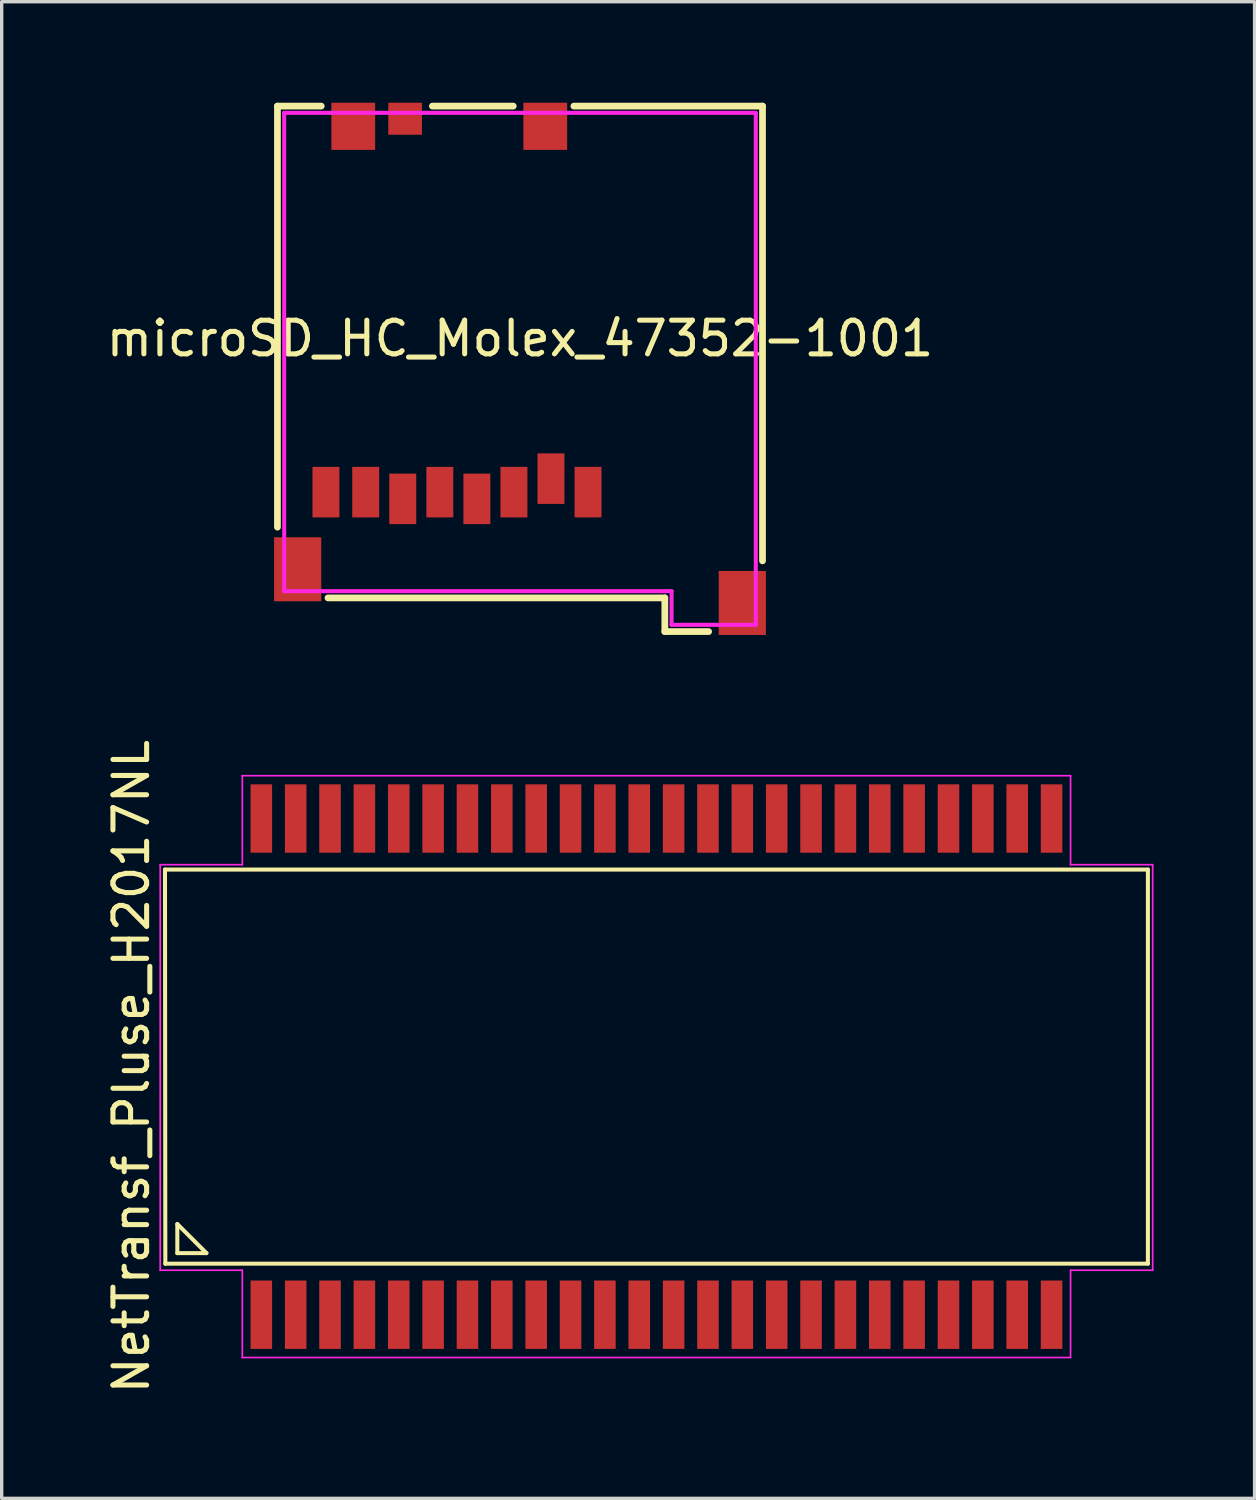
<source format=kicad_pcb>
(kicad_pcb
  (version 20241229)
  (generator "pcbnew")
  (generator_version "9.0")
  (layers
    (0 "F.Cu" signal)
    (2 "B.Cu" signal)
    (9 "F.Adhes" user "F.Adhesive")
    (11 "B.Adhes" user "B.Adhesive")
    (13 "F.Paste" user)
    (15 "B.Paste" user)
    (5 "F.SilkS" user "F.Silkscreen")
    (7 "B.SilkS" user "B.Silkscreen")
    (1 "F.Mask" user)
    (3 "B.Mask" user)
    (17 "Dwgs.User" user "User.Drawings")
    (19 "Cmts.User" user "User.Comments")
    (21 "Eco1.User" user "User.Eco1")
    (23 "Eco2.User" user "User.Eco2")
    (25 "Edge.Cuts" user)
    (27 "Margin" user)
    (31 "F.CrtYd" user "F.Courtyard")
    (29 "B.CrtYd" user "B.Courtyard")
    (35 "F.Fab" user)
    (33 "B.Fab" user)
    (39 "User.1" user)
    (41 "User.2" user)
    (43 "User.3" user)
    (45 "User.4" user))
  (footprint "microSD_HC_Molex_47352-1001"
    (layer "F.Cu")
    (at 19.387 15.5)
    (property "Reference" "microSD_HC_Molex_47352-1001" (at -7 -8.5 0) (layer "F.SilkS") (effects (font (size 1 1) (thickness 0.15))))
    (attr smd)
    (fp_line (start -14.2 -15.4) (end -12.9 -15.4) (stroke (width 0.2) (type solid)) (layer "F.SilkS"))
    (fp_line (start -14.2 -2.9) (end -14.2 -15.4) (stroke (width 0.2) (type solid)) (layer "F.SilkS"))
    (fp_line (start -9.6 -15.4) (end -7.2 -15.4) (stroke (width 0.2) (type solid)) (layer "F.SilkS"))
    (fp_line (start -5.4 -15.4) (end 0.2 -15.4) (stroke (width 0.2) (type solid)) (layer "F.SilkS"))
    (fp_line (start -2.7 -0.8) (end -12.7 -0.8) (stroke (width 0.2) (type solid)) (layer "F.SilkS"))
    (fp_line (start -2.7 0.2) (end -2.7 -0.8) (stroke (width 0.2) (type solid)) (layer "F.SilkS"))
    (fp_line (start -1.4 0.2) (end -2.7 0.2) (stroke (width 0.2) (type solid)) (layer "F.SilkS"))
    (fp_line (start 0.2 -15.4) (end 0.2 -1.9) (stroke (width 0.2) (type solid)) (layer "F.SilkS"))
    (fp_line (start -14 -1) (end -14 -15.2) (stroke (width 0.12) (type solid)) (layer "F.CrtYd"))
    (fp_line (start -2.5 -1) (end -14 -1) (stroke (width 0.12) (type solid)) (layer "F.CrtYd"))
    (fp_line (start -2.5 0) (end -2.5 -1) (stroke (width 0.12) (type solid)) (layer "F.CrtYd"))
    (fp_line (start 0 -15.2) (end -14 -15.2) (stroke (width 0.12) (type solid)) (layer "F.CrtYd"))
    (fp_line (start 0 0) (end -2.5 0) (stroke (width 0.12) (type solid)) (layer "F.CrtYd"))
    (fp_line (start 0 0) (end 0 -15.2) (stroke (width 0.12) (type solid)) (layer "F.CrtYd"))
    (pad "1" smd rect (at -4.98 -3.94) (size 0.8 1.5) (layers "F.Cu" "F.Mask" "F.Paste"))
    (pad "2" smd rect (at -6.08 -4.34) (size 0.8 1.5) (layers "F.Cu" "F.Mask" "F.Paste"))
    (pad "3" smd rect (at -7.18 -3.94) (size 0.8 1.5) (layers "F.Cu" "F.Mask" "F.Paste"))
    (pad "4" smd rect (at -8.28 -3.74) (size 0.8 1.5) (layers "F.Cu" "F.Mask" "F.Paste"))
    (pad "5" smd rect (at -9.38 -3.94) (size 0.8 1.5) (layers "F.Cu" "F.Mask" "F.Paste"))
    (pad "6" smd rect (at -10.48 -3.74) (size 0.8 1.5) (layers "F.Cu" "F.Mask" "F.Paste"))
    (pad "7" smd rect (at -11.58 -3.94) (size 0.8 1.5) (layers "F.Cu" "F.Mask" "F.Paste"))
    (pad "8" smd rect (at -12.76 -3.94) (size 0.8 1.5) (layers "F.Cu" "F.Mask" "F.Paste"))
    (pad "9" smd rect (at -10.41 -15.025) (size 1 0.95) (layers "F.Cu" "F.Mask" "F.Paste"))
    (pad "MP" smd rect (at -13.6 -1.65) (size 1.4 1.9) (layers "F.Cu" "F.Mask" "F.Paste"))
    (pad "MP" smd rect (at -11.95 -14.8) (size 1.3 1.4) (layers "F.Cu" "F.Mask" "F.Paste"))
    (pad "MP" smd rect (at -6.25 -14.8) (size 1.3 1.4) (layers "F.Cu" "F.Mask" "F.Paste"))
    (pad "MP" smd rect (at -0.4 -0.65) (size 1.4 1.9) (layers "F.Cu" "F.Mask" "F.Paste")))
  (footprint "NetTransf_Pluse_H2017NL"
    (layer "F.Cu")
    (at 16.438 28.615)
    (property "Reference" "NetTransf_Pluse_H2017NL" (at -15.59 0 90) (layer "F.SilkS") (effects (font (size 1 1) (thickness 0.15))))
    (attr smd)
    (fp_line (start -14.59 -5.85) (end 14.59 -5.85) (stroke (width 0.12) (type solid)) (layer "F.SilkS"))
    (fp_line (start -14.58 5.85) (end -14.59 -5.85) (stroke (width 0.12) (type solid)) (layer "F.SilkS"))
    (fp_line (start -14.224 4.674) (end -14.224 5.537) (stroke (width 0.12) (type solid)) (layer "F.SilkS"))
    (fp_line (start -14.224 5.537) (end -13.36 5.537) (stroke (width 0.12) (type solid)) (layer "F.SilkS"))
    (fp_line (start -13.36 5.537) (end -14.224 4.674) (stroke (width 0.12) (type solid)) (layer "F.SilkS"))
    (fp_line (start 14.59 -5.85) (end 14.59 5.85) (stroke (width 0.12) (type solid)) (layer "F.SilkS"))
    (fp_line (start 14.59 5.85) (end -14.58 5.85) (stroke (width 0.12) (type solid)) (layer "F.SilkS"))
    (fp_line (start -14.732 -5.994) (end -14.732 6.045) (stroke (width 0.05) (type solid)) (layer "F.CrtYd"))
    (fp_line (start -14.732 6.045) (end -12.294 6.045) (stroke (width 0.05) (type solid)) (layer "F.CrtYd"))
    (fp_line (start -12.294 -8.636) (end 12.294 -8.636) (stroke (width 0.05) (type solid)) (layer "F.CrtYd"))
    (fp_line (start -12.294 -5.994) (end -14.732 -5.994) (stroke (width 0.05) (type solid)) (layer "F.CrtYd"))
    (fp_line (start -12.294 -5.994) (end -12.294 -8.636) (stroke (width 0.05) (type solid)) (layer "F.CrtYd"))
    (fp_line (start -12.294 6.045) (end -12.294 8.636) (stroke (width 0.05) (type solid)) (layer "F.CrtYd"))
    (fp_line (start -12.294 8.636) (end 12.294 8.636) (stroke (width 0.05) (type solid)) (layer "F.CrtYd"))
    (fp_line (start 12.294 -8.636) (end 12.294 -5.994) (stroke (width 0.05) (type solid)) (layer "F.CrtYd"))
    (fp_line (start 12.294 -5.994) (end 14.732 -5.994) (stroke (width 0.05) (type solid)) (layer "F.CrtYd"))
    (fp_line (start 12.294 6.045) (end 14.732 6.045) (stroke (width 0.05) (type solid)) (layer "F.CrtYd"))
    (fp_line (start 12.294 8.636) (end 12.294 6.045) (stroke (width 0.05) (type solid)) (layer "F.CrtYd"))
    (fp_line (start 14.732 -5.994) (end 14.732 6.045) (stroke (width 0.05) (type solid)) (layer "F.CrtYd"))
    (pad "1" smd rect (at -11.73 7.365) (size 0.64 2.03) (layers "F.Cu" "F.Mask" "F.Paste"))
    (pad "2" smd rect (at -10.71 7.365) (size 0.64 2.03) (layers "F.Cu" "F.Mask" "F.Paste"))
    (pad "3" smd rect (at -9.69 7.365) (size 0.64 2.03) (layers "F.Cu" "F.Mask" "F.Paste"))
    (pad "4" smd rect (at -8.67 7.365) (size 0.64 2.03) (layers "F.Cu" "F.Mask" "F.Paste"))
    (pad "5" smd rect (at -7.65 7.365) (size 0.64 2.03) (layers "F.Cu" "F.Mask" "F.Paste"))
    (pad "6" smd rect (at -6.63 7.365) (size 0.64 2.03) (layers "F.Cu" "F.Mask" "F.Paste"))
    (pad "7" smd rect (at -5.61 7.365) (size 0.64 2.03) (layers "F.Cu" "F.Mask" "F.Paste"))
    (pad "8" smd rect (at -4.59 7.365) (size 0.64 2.03) (layers "F.Cu" "F.Mask" "F.Paste"))
    (pad "9" smd rect (at -3.57 7.365) (size 0.64 2.03) (layers "F.Cu" "F.Mask" "F.Paste"))
    (pad "10" smd rect (at -2.55 7.365) (size 0.64 2.03) (layers "F.Cu" "F.Mask" "F.Paste"))
    (pad "11" smd rect (at -1.53 7.365) (size 0.64 2.03) (layers "F.Cu" "F.Mask" "F.Paste"))
    (pad "12" smd rect (at -0.51 7.365) (size 0.64 2.03) (layers "F.Cu" "F.Mask" "F.Paste"))
    (pad "13" smd rect (at 0.51 7.365) (size 0.64 2.03) (layers "F.Cu" "F.Mask" "F.Paste"))
    (pad "14" smd rect (at 1.53 7.365) (size 0.64 2.03) (layers "F.Cu" "F.Mask" "F.Paste"))
    (pad "15" smd rect (at 2.55 7.365) (size 0.64 2.03) (layers "F.Cu" "F.Mask" "F.Paste"))
    (pad "16" smd rect (at 3.57 7.365) (size 0.64 2.03) (layers "F.Cu" "F.Mask" "F.Paste"))
    (pad "17" smd rect (at 4.59 7.365) (size 0.64 2.03) (layers "F.Cu" "F.Mask" "F.Paste"))
    (pad "18" smd rect (at 5.61 7.365) (size 0.64 2.03) (layers "F.Cu" "F.Mask" "F.Paste"))
    (pad "19" smd rect (at 6.63 7.365) (size 0.64 2.03) (layers "F.Cu" "F.Mask" "F.Paste"))
    (pad "20" smd rect (at 7.65 7.365) (size 0.64 2.03) (layers "F.Cu" "F.Mask" "F.Paste"))
    (pad "21" smd rect (at 8.67 7.365) (size 0.64 2.03) (layers "F.Cu" "F.Mask" "F.Paste"))
    (pad "22" smd rect (at 9.69 7.365) (size 0.64 2.03) (layers "F.Cu" "F.Mask" "F.Paste"))
    (pad "23" smd rect (at 10.71 7.365) (size 0.64 2.03) (layers "F.Cu" "F.Mask" "F.Paste"))
    (pad "24" smd rect (at 11.73 7.365) (size 0.64 2.03) (layers "F.Cu" "F.Mask" "F.Paste"))
    (pad "25" smd rect (at 11.73 -7.365) (size 0.64 2.03) (layers "F.Cu" "F.Mask" "F.Paste"))
    (pad "26" smd rect (at 10.71 -7.365) (size 0.64 2.03) (layers "F.Cu" "F.Mask" "F.Paste"))
    (pad "27" smd rect (at 9.69 -7.365) (size 0.64 2.03) (layers "F.Cu" "F.Mask" "F.Paste"))
    (pad "28" smd rect (at 8.67 -7.365) (size 0.64 2.03) (layers "F.Cu" "F.Mask" "F.Paste"))
    (pad "29" smd rect (at 7.65 -7.365) (size 0.64 2.03) (layers "F.Cu" "F.Mask" "F.Paste"))
    (pad "30" smd rect (at 6.63 -7.365) (size 0.64 2.03) (layers "F.Cu" "F.Mask" "F.Paste"))
    (pad "31" smd rect (at 5.61 -7.365) (size 0.64 2.03) (layers "F.Cu" "F.Mask" "F.Paste"))
    (pad "32" smd rect (at 4.59 -7.365) (size 0.64 2.03) (layers "F.Cu" "F.Mask" "F.Paste"))
    (pad "33" smd rect (at 3.57 -7.365) (size 0.64 2.03) (layers "F.Cu" "F.Mask" "F.Paste"))
    (pad "34" smd rect (at 2.55 -7.365) (size 0.64 2.03) (layers "F.Cu" "F.Mask" "F.Paste"))
    (pad "35" smd rect (at 1.53 -7.365) (size 0.64 2.03) (layers "F.Cu" "F.Mask" "F.Paste"))
    (pad "36" smd rect (at 0.51 -7.365) (size 0.64 2.03) (layers "F.Cu" "F.Mask" "F.Paste"))
    (pad "37" smd rect (at -0.51 -7.365) (size 0.64 2.03) (layers "F.Cu" "F.Mask" "F.Paste"))
    (pad "38" smd rect (at -1.53 -7.365) (size 0.64 2.03) (layers "F.Cu" "F.Mask" "F.Paste"))
    (pad "39" smd rect (at -2.55 -7.365) (size 0.64 2.03) (layers "F.Cu" "F.Mask" "F.Paste"))
    (pad "40" smd rect (at -3.57 -7.365) (size 0.64 2.03) (layers "F.Cu" "F.Mask" "F.Paste"))
    (pad "41" smd rect (at -4.59 -7.365) (size 0.64 2.03) (layers "F.Cu" "F.Mask" "F.Paste"))
    (pad "42" smd rect (at -5.61 -7.365) (size 0.64 2.03) (layers "F.Cu" "F.Mask" "F.Paste"))
    (pad "43" smd rect (at -6.63 -7.365) (size 0.64 2.03) (layers "F.Cu" "F.Mask" "F.Paste"))
    (pad "44" smd rect (at -7.65 -7.365) (size 0.64 2.03) (layers "F.Cu" "F.Mask" "F.Paste"))
    (pad "45" smd rect (at -8.67 -7.365) (size 0.64 2.03) (layers "F.Cu" "F.Mask" "F.Paste"))
    (pad "46" smd rect (at -9.69 -7.365) (size 0.64 2.03) (layers "F.Cu" "F.Mask" "F.Paste"))
    (pad "47" smd rect (at -10.71 -7.365) (size 0.64 2.03) (layers "F.Cu" "F.Mask" "F.Paste"))
    (pad "48" smd rect (at -11.73 -7.365) (size 0.64 2.03) (layers "F.Cu" "F.Mask" "F.Paste")))
  (gr_rect
    (start -3 -3)
    (end 34.195 41.431)
    (stroke (width 0.1) (type default))
    (fill no)
    (layer "Edge.Cuts")))
</source>
